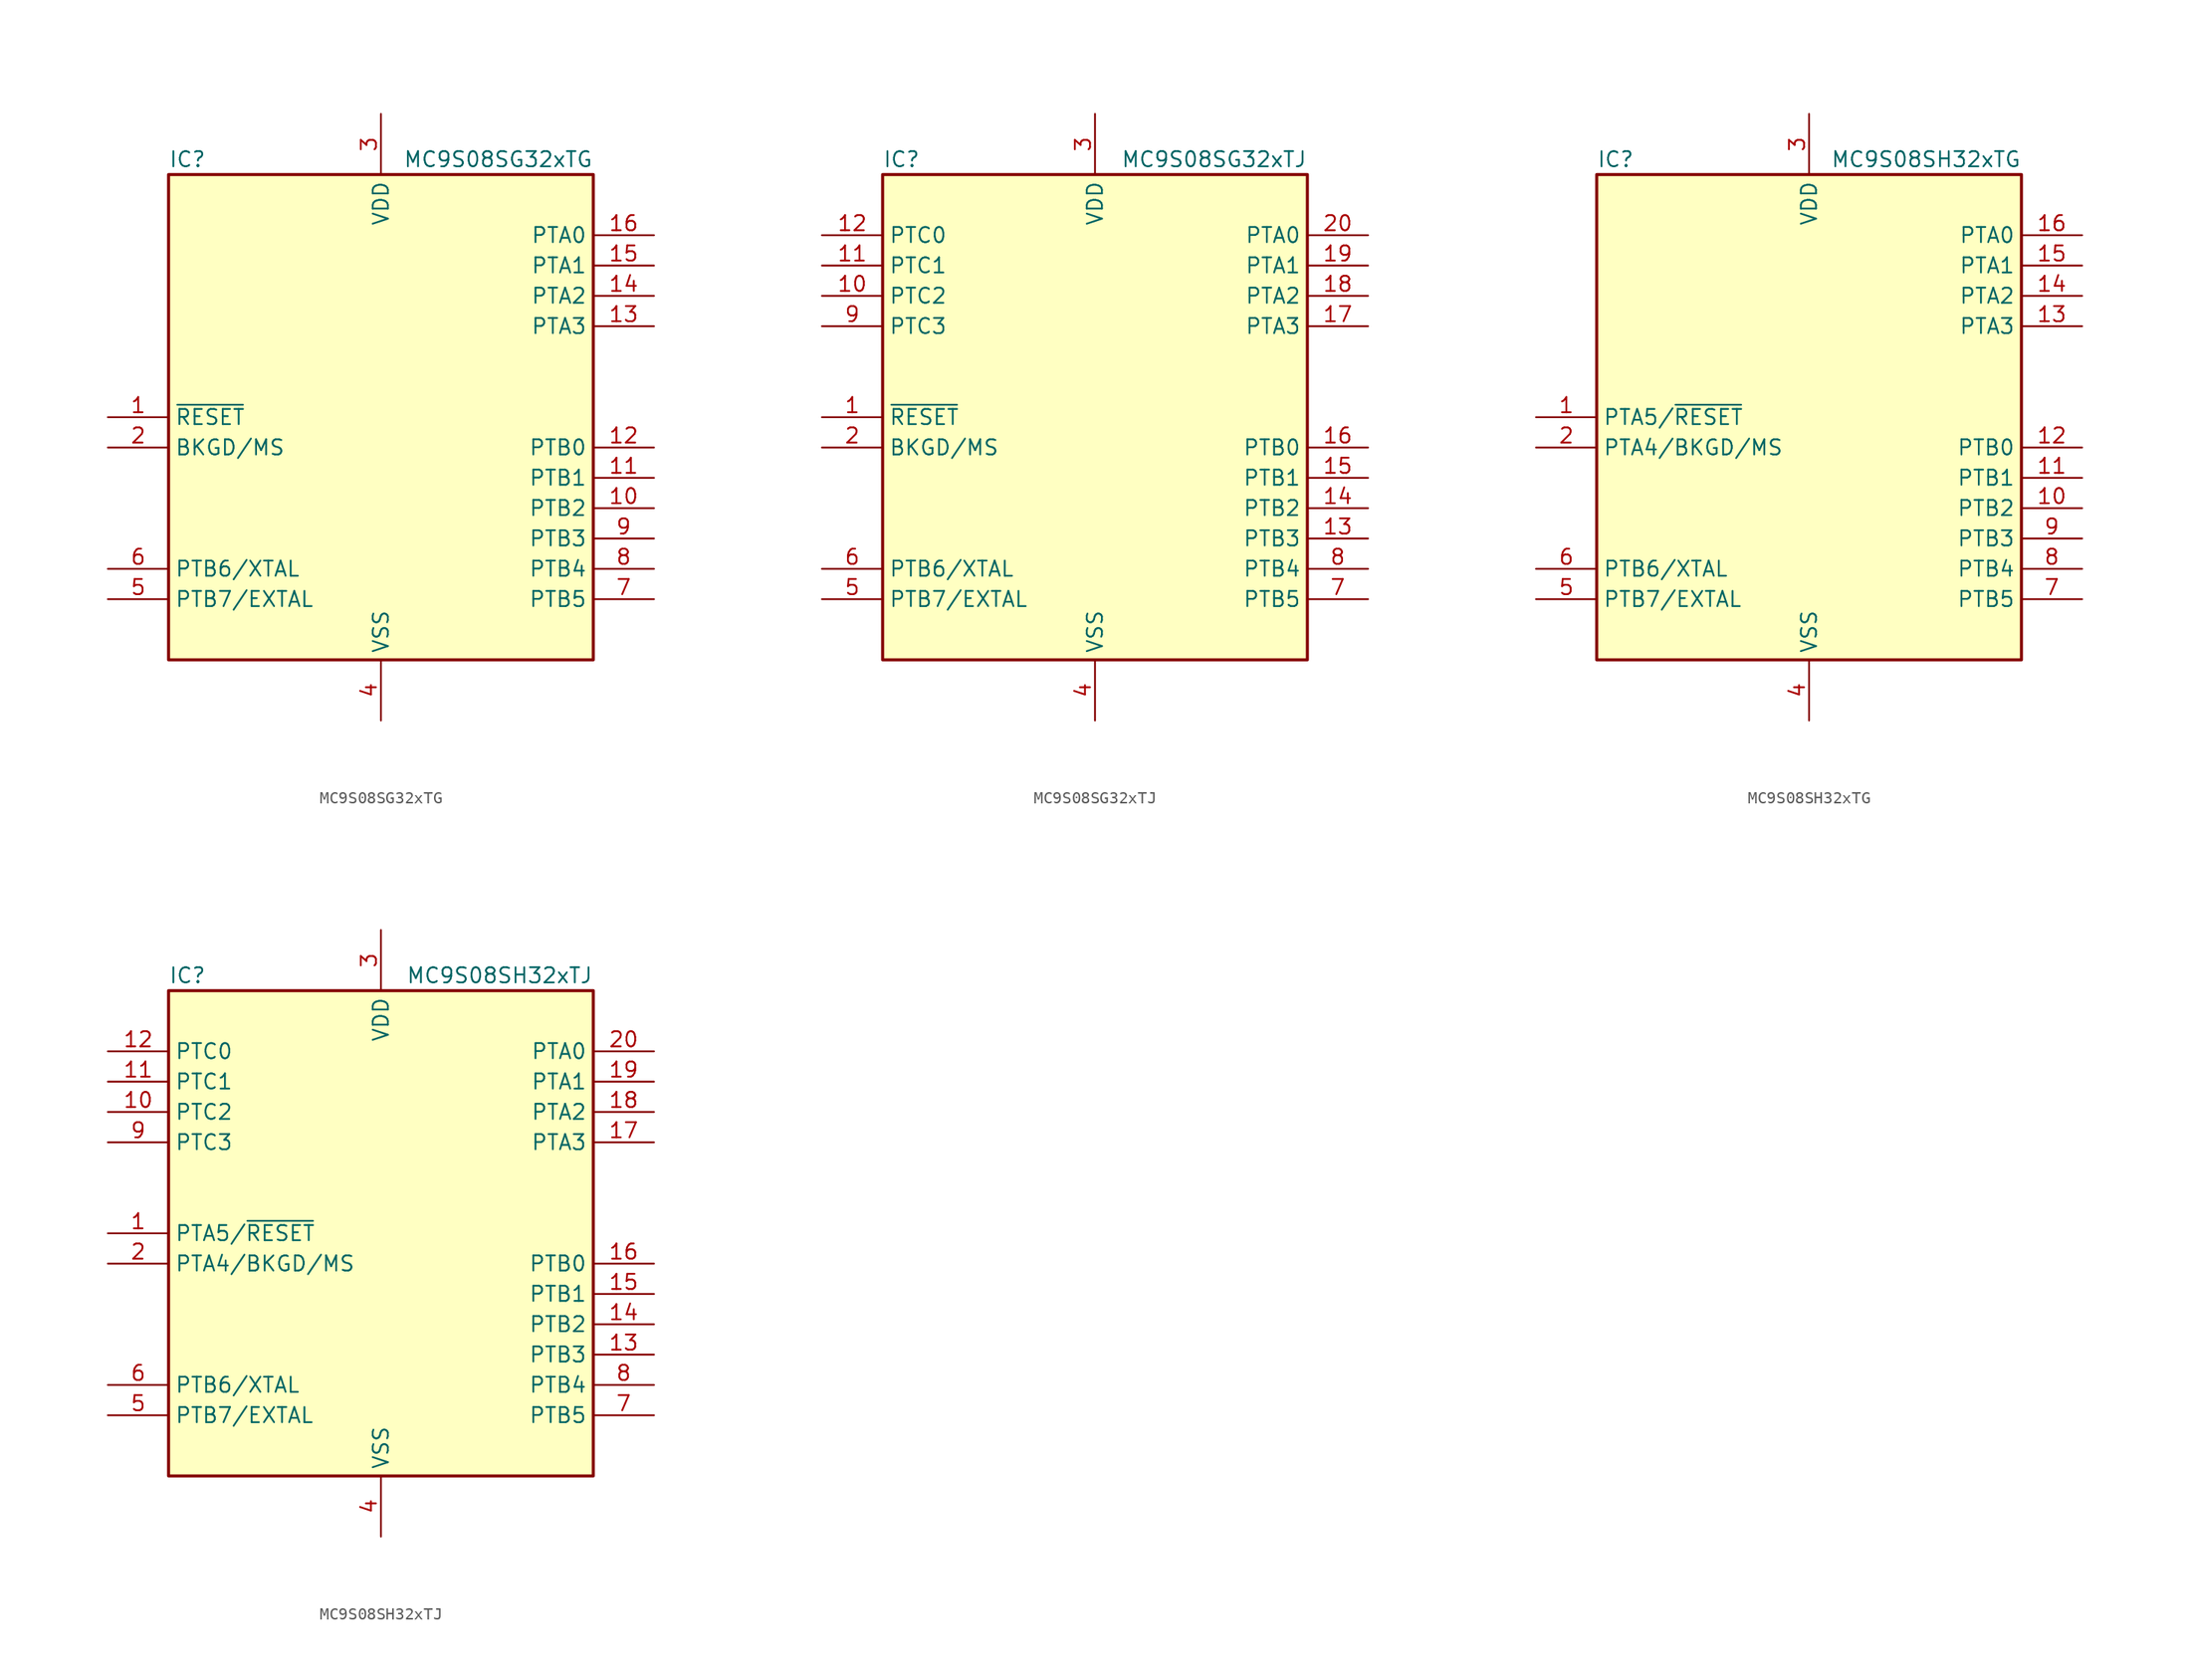
<source format=kicad_sym>
(kicad_symbol_lib
  (version 20231120)
  (generator "kicad_symbol_editor")
  (generator_version "8.0")
  (symbol "MC9S08SG32xTG"
    (property "Reference" "IC"
      (at -17.78 21.59 0)
      (effects (font (size 1.27 1.27)) (justify left)))
    (property "Value" "MC9S08SG32xTG"
      (at 17.78 21.59 0)
      (effects (font (size 1.27 1.27)) (justify right)))
    (symbol "MC9S08SG32xTG_0_1"
      (rectangle (start -17.78 20.32) (end 17.78 -20.32) (stroke (width 0.254) (type default)) (fill (type background))))
    (symbol "MC9S08SG32xTG_1_1"
      (pin input line (at -22.86 0 0) (length 5.08) (name "~{RESET}" (effects (font (size 1.27 1.27)))) (number "1" (effects (font (size 1.27 1.27)))))
      (pin bidirectional line (at 22.86 -7.62 180) (length 5.08) (name "PTB2" (effects (font (size 1.27 1.27)))) (number "10" (effects (font (size 1.27 1.27)))))
      (pin bidirectional line (at 22.86 -5.08 180) (length 5.08) (name "PTB1" (effects (font (size 1.27 1.27)))) (number "11" (effects (font (size 1.27 1.27)))))
      (pin bidirectional line (at 22.86 -2.54 180) (length 5.08) (name "PTB0" (effects (font (size 1.27 1.27)))) (number "12" (effects (font (size 1.27 1.27)))))
      (pin bidirectional line (at 22.86 7.62 180) (length 5.08) (name "PTA3" (effects (font (size 1.27 1.27)))) (number "13" (effects (font (size 1.27 1.27)))))
      (pin bidirectional line (at 22.86 10.16 180) (length 5.08) (name "PTA2" (effects (font (size 1.27 1.27)))) (number "14" (effects (font (size 1.27 1.27)))))
      (pin bidirectional line (at 22.86 12.7 180) (length 5.08) (name "PTA1" (effects (font (size 1.27 1.27)))) (number "15" (effects (font (size 1.27 1.27)))))
      (pin bidirectional line (at 22.86 15.24 180) (length 5.08) (name "PTA0" (effects (font (size 1.27 1.27)))) (number "16" (effects (font (size 1.27 1.27)))))
      (pin bidirectional line (at -22.86 -2.54 0) (length 5.08) (name "BKGD/MS" (effects (font (size 1.27 1.27)))) (number "2" (effects (font (size 1.27 1.27)))))
      (pin power_in line (at 0 25.4 270) (length 5.08) (name "VDD" (effects (font (size 1.27 1.27)))) (number "3" (effects (font (size 1.27 1.27)))))
      (pin power_in line (at 0 -25.4 90) (length 5.08) (name "VSS" (effects (font (size 1.27 1.27)))) (number "4" (effects (font (size 1.27 1.27)))))
      (pin bidirectional line (at -22.86 -15.24 0) (length 5.08) (name "PTB7/EXTAL" (effects (font (size 1.27 1.27)))) (number "5" (effects (font (size 1.27 1.27)))))
      (pin bidirectional line (at -22.86 -12.7 0) (length 5.08) (name "PTB6/XTAL" (effects (font (size 1.27 1.27)))) (number "6" (effects (font (size 1.27 1.27)))))
      (pin bidirectional line (at 22.86 -15.24 180) (length 5.08) (name "PTB5" (effects (font (size 1.27 1.27)))) (number "7" (effects (font (size 1.27 1.27)))))
      (pin bidirectional line (at 22.86 -12.7 180) (length 5.08) (name "PTB4" (effects (font (size 1.27 1.27)))) (number "8" (effects (font (size 1.27 1.27)))))
      (pin bidirectional line (at 22.86 -10.16 180) (length 5.08) (name "PTB3" (effects (font (size 1.27 1.27)))) (number "9" (effects (font (size 1.27 1.27)))))))
  (symbol "MC9S08SG32xTJ"
    (property "Reference" "IC"
      (at -17.78 21.59 0)
      (effects (font (size 1.27 1.27)) (justify left)))
    (property "Value" "MC9S08SG32xTJ"
      (at 17.78 21.59 0)
      (effects (font (size 1.27 1.27)) (justify right)))
    (symbol "MC9S08SG32xTJ_0_1"
      (rectangle (start -17.78 20.32) (end 17.78 -20.32) (stroke (width 0.254) (type default)) (fill (type background))))
    (symbol "MC9S08SG32xTJ_1_1"
      (pin input line (at -22.86 0 0) (length 5.08) (name "~{RESET}" (effects (font (size 1.27 1.27)))) (number "1" (effects (font (size 1.27 1.27)))))
      (pin bidirectional line (at -22.86 10.16 0) (length 5.08) (name "PTC2" (effects (font (size 1.27 1.27)))) (number "10" (effects (font (size 1.27 1.27)))))
      (pin bidirectional line (at -22.86 12.7 0) (length 5.08) (name "PTC1" (effects (font (size 1.27 1.27)))) (number "11" (effects (font (size 1.27 1.27)))))
      (pin bidirectional line (at -22.86 15.24 0) (length 5.08) (name "PTC0" (effects (font (size 1.27 1.27)))) (number "12" (effects (font (size 1.27 1.27)))))
      (pin bidirectional line (at 22.86 -10.16 180) (length 5.08) (name "PTB3" (effects (font (size 1.27 1.27)))) (number "13" (effects (font (size 1.27 1.27)))))
      (pin bidirectional line (at 22.86 -7.62 180) (length 5.08) (name "PTB2" (effects (font (size 1.27 1.27)))) (number "14" (effects (font (size 1.27 1.27)))))
      (pin bidirectional line (at 22.86 -5.08 180) (length 5.08) (name "PTB1" (effects (font (size 1.27 1.27)))) (number "15" (effects (font (size 1.27 1.27)))))
      (pin bidirectional line (at 22.86 -2.54 180) (length 5.08) (name "PTB0" (effects (font (size 1.27 1.27)))) (number "16" (effects (font (size 1.27 1.27)))))
      (pin bidirectional line (at 22.86 7.62 180) (length 5.08) (name "PTA3" (effects (font (size 1.27 1.27)))) (number "17" (effects (font (size 1.27 1.27)))))
      (pin bidirectional line (at 22.86 10.16 180) (length 5.08) (name "PTA2" (effects (font (size 1.27 1.27)))) (number "18" (effects (font (size 1.27 1.27)))))
      (pin bidirectional line (at 22.86 12.7 180) (length 5.08) (name "PTA1" (effects (font (size 1.27 1.27)))) (number "19" (effects (font (size 1.27 1.27)))))
      (pin bidirectional line (at -22.86 -2.54 0) (length 5.08) (name "BKGD/MS" (effects (font (size 1.27 1.27)))) (number "2" (effects (font (size 1.27 1.27)))))
      (pin bidirectional line (at 22.86 15.24 180) (length 5.08) (name "PTA0" (effects (font (size 1.27 1.27)))) (number "20" (effects (font (size 1.27 1.27)))))
      (pin power_in line (at 0 25.4 270) (length 5.08) (name "VDD" (effects (font (size 1.27 1.27)))) (number "3" (effects (font (size 1.27 1.27)))))
      (pin power_in line (at 0 -25.4 90) (length 5.08) (name "VSS" (effects (font (size 1.27 1.27)))) (number "4" (effects (font (size 1.27 1.27)))))
      (pin bidirectional line (at -22.86 -15.24 0) (length 5.08) (name "PTB7/EXTAL" (effects (font (size 1.27 1.27)))) (number "5" (effects (font (size 1.27 1.27)))))
      (pin bidirectional line (at -22.86 -12.7 0) (length 5.08) (name "PTB6/XTAL" (effects (font (size 1.27 1.27)))) (number "6" (effects (font (size 1.27 1.27)))))
      (pin bidirectional line (at 22.86 -15.24 180) (length 5.08) (name "PTB5" (effects (font (size 1.27 1.27)))) (number "7" (effects (font (size 1.27 1.27)))))
      (pin bidirectional line (at 22.86 -12.7 180) (length 5.08) (name "PTB4" (effects (font (size 1.27 1.27)))) (number "8" (effects (font (size 1.27 1.27)))))
      (pin bidirectional line (at -22.86 7.62 0) (length 5.08) (name "PTC3" (effects (font (size 1.27 1.27)))) (number "9" (effects (font (size 1.27 1.27)))))))
  (symbol "MC9S08SH32xTG"
    (property "Reference" "IC"
      (at -17.78 21.59 0)
      (effects (font (size 1.27 1.27)) (justify left)))
    (property "Value" "MC9S08SH32xTG"
      (at 17.78 21.59 0)
      (effects (font (size 1.27 1.27)) (justify right)))
    (symbol "MC9S08SH32xTG_0_1"
      (rectangle (start -17.78 20.32) (end 17.78 -20.32) (stroke (width 0.254) (type default)) (fill (type background))))
    (symbol "MC9S08SH32xTG_1_1"
      (pin bidirectional line (at -22.86 0 0) (length 5.08) (name "PTA5/~{RESET}" (effects (font (size 1.27 1.27)))) (number "1" (effects (font (size 1.27 1.27)))))
      (pin bidirectional line (at 22.86 -7.62 180) (length 5.08) (name "PTB2" (effects (font (size 1.27 1.27)))) (number "10" (effects (font (size 1.27 1.27)))))
      (pin bidirectional line (at 22.86 -5.08 180) (length 5.08) (name "PTB1" (effects (font (size 1.27 1.27)))) (number "11" (effects (font (size 1.27 1.27)))))
      (pin bidirectional line (at 22.86 -2.54 180) (length 5.08) (name "PTB0" (effects (font (size 1.27 1.27)))) (number "12" (effects (font (size 1.27 1.27)))))
      (pin bidirectional line (at 22.86 7.62 180) (length 5.08) (name "PTA3" (effects (font (size 1.27 1.27)))) (number "13" (effects (font (size 1.27 1.27)))))
      (pin bidirectional line (at 22.86 10.16 180) (length 5.08) (name "PTA2" (effects (font (size 1.27 1.27)))) (number "14" (effects (font (size 1.27 1.27)))))
      (pin bidirectional line (at 22.86 12.7 180) (length 5.08) (name "PTA1" (effects (font (size 1.27 1.27)))) (number "15" (effects (font (size 1.27 1.27)))))
      (pin bidirectional line (at 22.86 15.24 180) (length 5.08) (name "PTA0" (effects (font (size 1.27 1.27)))) (number "16" (effects (font (size 1.27 1.27)))))
      (pin bidirectional line (at -22.86 -2.54 0) (length 5.08) (name "PTA4/BKGD/MS" (effects (font (size 1.27 1.27)))) (number "2" (effects (font (size 1.27 1.27)))))
      (pin power_in line (at 0 25.4 270) (length 5.08) (name "VDD" (effects (font (size 1.27 1.27)))) (number "3" (effects (font (size 1.27 1.27)))))
      (pin power_in line (at 0 -25.4 90) (length 5.08) (name "VSS" (effects (font (size 1.27 1.27)))) (number "4" (effects (font (size 1.27 1.27)))))
      (pin bidirectional line (at -22.86 -15.24 0) (length 5.08) (name "PTB7/EXTAL" (effects (font (size 1.27 1.27)))) (number "5" (effects (font (size 1.27 1.27)))))
      (pin bidirectional line (at -22.86 -12.7 0) (length 5.08) (name "PTB6/XTAL" (effects (font (size 1.27 1.27)))) (number "6" (effects (font (size 1.27 1.27)))))
      (pin bidirectional line (at 22.86 -15.24 180) (length 5.08) (name "PTB5" (effects (font (size 1.27 1.27)))) (number "7" (effects (font (size 1.27 1.27)))))
      (pin bidirectional line (at 22.86 -12.7 180) (length 5.08) (name "PTB4" (effects (font (size 1.27 1.27)))) (number "8" (effects (font (size 1.27 1.27)))))
      (pin bidirectional line (at 22.86 -10.16 180) (length 5.08) (name "PTB3" (effects (font (size 1.27 1.27)))) (number "9" (effects (font (size 1.27 1.27)))))))
  (symbol "MC9S08SH32xTJ"
    (property "Reference" "IC"
      (at -17.78 21.59 0)
      (effects (font (size 1.27 1.27)) (justify left)))
    (property "Value" "MC9S08SH32xTJ"
      (at 17.78 21.59 0)
      (effects (font (size 1.27 1.27)) (justify right)))
    (symbol "MC9S08SH32xTJ_0_1"
      (rectangle (start -17.78 20.32) (end 17.78 -20.32) (stroke (width 0.254) (type default)) (fill (type background))))
    (symbol "MC9S08SH32xTJ_1_1"
      (pin bidirectional line (at -22.86 0 0) (length 5.08) (name "PTA5/~{RESET}" (effects (font (size 1.27 1.27)))) (number "1" (effects (font (size 1.27 1.27)))))
      (pin bidirectional line (at -22.86 10.16 0) (length 5.08) (name "PTC2" (effects (font (size 1.27 1.27)))) (number "10" (effects (font (size 1.27 1.27)))))
      (pin bidirectional line (at -22.86 12.7 0) (length 5.08) (name "PTC1" (effects (font (size 1.27 1.27)))) (number "11" (effects (font (size 1.27 1.27)))))
      (pin bidirectional line (at -22.86 15.24 0) (length 5.08) (name "PTC0" (effects (font (size 1.27 1.27)))) (number "12" (effects (font (size 1.27 1.27)))))
      (pin bidirectional line (at 22.86 -10.16 180) (length 5.08) (name "PTB3" (effects (font (size 1.27 1.27)))) (number "13" (effects (font (size 1.27 1.27)))))
      (pin bidirectional line (at 22.86 -7.62 180) (length 5.08) (name "PTB2" (effects (font (size 1.27 1.27)))) (number "14" (effects (font (size 1.27 1.27)))))
      (pin bidirectional line (at 22.86 -5.08 180) (length 5.08) (name "PTB1" (effects (font (size 1.27 1.27)))) (number "15" (effects (font (size 1.27 1.27)))))
      (pin bidirectional line (at 22.86 -2.54 180) (length 5.08) (name "PTB0" (effects (font (size 1.27 1.27)))) (number "16" (effects (font (size 1.27 1.27)))))
      (pin bidirectional line (at 22.86 7.62 180) (length 5.08) (name "PTA3" (effects (font (size 1.27 1.27)))) (number "17" (effects (font (size 1.27 1.27)))))
      (pin bidirectional line (at 22.86 10.16 180) (length 5.08) (name "PTA2" (effects (font (size 1.27 1.27)))) (number "18" (effects (font (size 1.27 1.27)))))
      (pin bidirectional line (at 22.86 12.7 180) (length 5.08) (name "PTA1" (effects (font (size 1.27 1.27)))) (number "19" (effects (font (size 1.27 1.27)))))
      (pin bidirectional line (at -22.86 -2.54 0) (length 5.08) (name "PTA4/BKGD/MS" (effects (font (size 1.27 1.27)))) (number "2" (effects (font (size 1.27 1.27)))))
      (pin bidirectional line (at 22.86 15.24 180) (length 5.08) (name "PTA0" (effects (font (size 1.27 1.27)))) (number "20" (effects (font (size 1.27 1.27)))))
      (pin power_in line (at 0 25.4 270) (length 5.08) (name "VDD" (effects (font (size 1.27 1.27)))) (number "3" (effects (font (size 1.27 1.27)))))
      (pin power_in line (at 0 -25.4 90) (length 5.08) (name "VSS" (effects (font (size 1.27 1.27)))) (number "4" (effects (font (size 1.27 1.27)))))
      (pin bidirectional line (at -22.86 -15.24 0) (length 5.08) (name "PTB7/EXTAL" (effects (font (size 1.27 1.27)))) (number "5" (effects (font (size 1.27 1.27)))))
      (pin bidirectional line (at -22.86 -12.7 0) (length 5.08) (name "PTB6/XTAL" (effects (font (size 1.27 1.27)))) (number "6" (effects (font (size 1.27 1.27)))))
      (pin bidirectional line (at 22.86 -15.24 180) (length 5.08) (name "PTB5" (effects (font (size 1.27 1.27)))) (number "7" (effects (font (size 1.27 1.27)))))
      (pin bidirectional line (at 22.86 -12.7 180) (length 5.08) (name "PTB4" (effects (font (size 1.27 1.27)))) (number "8" (effects (font (size 1.27 1.27)))))
      (pin bidirectional line (at -22.86 7.62 0) (length 5.08) (name "PTC3" (effects (font (size 1.27 1.27)))) (number "9" (effects (font (size 1.27 1.27))))))))
</source>
